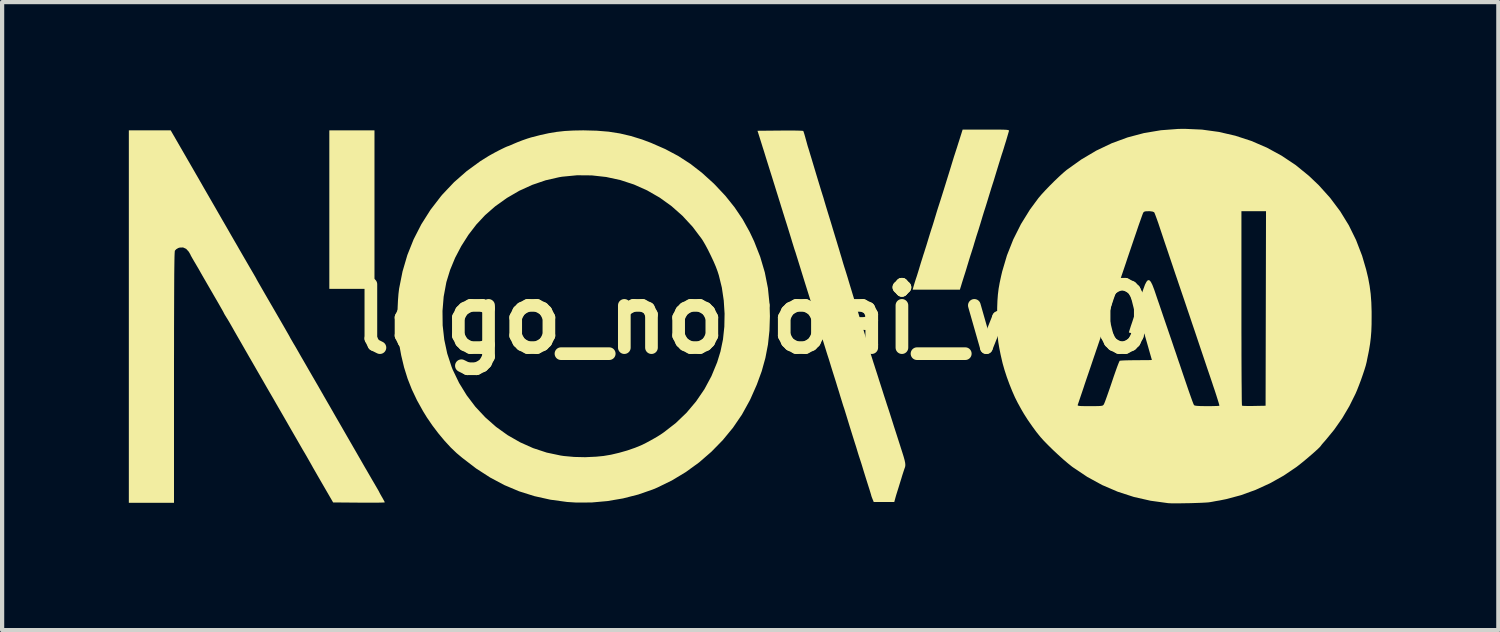
<source format=kicad_pcb>
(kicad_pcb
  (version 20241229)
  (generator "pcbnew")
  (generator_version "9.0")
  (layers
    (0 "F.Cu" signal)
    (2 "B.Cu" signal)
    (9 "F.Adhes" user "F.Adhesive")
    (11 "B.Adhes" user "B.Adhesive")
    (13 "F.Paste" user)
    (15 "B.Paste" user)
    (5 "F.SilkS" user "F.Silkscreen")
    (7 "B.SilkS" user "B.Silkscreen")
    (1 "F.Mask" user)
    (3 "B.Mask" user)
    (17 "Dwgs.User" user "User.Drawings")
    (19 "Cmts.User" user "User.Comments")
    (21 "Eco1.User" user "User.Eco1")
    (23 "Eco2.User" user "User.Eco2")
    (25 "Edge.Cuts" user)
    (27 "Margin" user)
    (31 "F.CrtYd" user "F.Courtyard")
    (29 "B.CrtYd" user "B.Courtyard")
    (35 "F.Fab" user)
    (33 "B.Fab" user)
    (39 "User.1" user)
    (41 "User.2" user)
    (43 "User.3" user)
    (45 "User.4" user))
  (footprint "logo_novoai_w40"
    (layer "F.Cu")
    (at 14.801 4.501)
    (property "Reference" "logo_novoai_w40" (at 0 0 0) (layer "F.SilkS") (effects (font (size 1.5 1.5) (thickness 0.3))))
    (attr board_only exclude_from_pos_files exclude_from_bom allow_missing_courtyard dnp)
    (fp_poly (pts (xy -8.986 -2.589) (xy -8.986 -0.713) (xy -9.52 -0.713) (xy -10.055 -0.713) (xy -10.055 -2.589) (xy -10.055 -4.465) (xy -9.52 -4.465) (xy -8.986 -4.465)) (stroke (width 0) (type solid)) (fill yes) (layer "F.SilkS"))
    (fp_poly (pts (xy 5.649 -4.483) (xy 5.774 -4.483) (xy 5.869 -4.482) (xy 5.938 -4.48) (xy 5.986 -4.477) (xy 6.015 -4.472) (xy 6.03 -4.466) (xy 6.035 -4.458) (xy 6.034 -4.451) (xy 6.016 -4.39) (xy 5.992 -4.308) (xy 5.965 -4.216) (xy 5.936 -4.124) (xy 5.911 -4.041) (xy 5.891 -3.977) (xy 5.882 -3.949) (xy 5.865 -3.899) (xy 5.842 -3.825) (xy 5.815 -3.738) (xy 5.796 -3.677) (xy 5.747 -3.517) (xy 5.705 -3.379) (xy 5.671 -3.267) (xy 5.644 -3.184) (xy 5.628 -3.134) (xy 5.628 -3.133) (xy 5.616 -3.097) (xy 5.597 -3.034) (xy 5.572 -2.953) (xy 5.544 -2.862) (xy 5.544 -2.861) (xy 5.516 -2.77) (xy 5.491 -2.689) (xy 5.471 -2.625) (xy 5.459 -2.589) (xy 5.459 -2.589) (xy 5.447 -2.552) (xy 5.427 -2.488) (xy 5.403 -2.409) (xy 5.384 -2.345) (xy 5.357 -2.255) (xy 5.331 -2.171) (xy 5.31 -2.103) (xy 5.3 -2.073) (xy 5.284 -2.023) (xy 5.26 -1.949) (xy 5.234 -1.862) (xy 5.215 -1.801) (xy 5.19 -1.715) (xy 5.166 -1.639) (xy 5.148 -1.582) (xy 5.14 -1.557) (xy 5.128 -1.521) (xy 5.108 -1.458) (xy 5.083 -1.377) (xy 5.056 -1.287) (xy 5.055 -1.285) (xy 5.028 -1.194) (xy 5.003 -1.113) (xy 4.983 -1.05) (xy 4.971 -1.013) (xy 4.971 -1.013) (xy 4.958 -0.972) (xy 4.938 -0.908) (xy 4.915 -0.835) (xy 4.914 -0.83) (xy 4.872 -0.694) (xy 4.313 -0.694) (xy 3.754 -0.694) (xy 3.782 -0.793) (xy 3.804 -0.866) (xy 3.827 -0.939) (xy 3.836 -0.966) (xy 3.853 -1.016) (xy 3.876 -1.09) (xy 3.903 -1.177) (xy 3.921 -1.238) (xy 3.951 -1.337) (xy 3.983 -1.438) (xy 4.011 -1.528) (xy 4.024 -1.566) (xy 4.048 -1.643) (xy 4.079 -1.74) (xy 4.11 -1.842) (xy 4.126 -1.895) (xy 4.152 -1.98) (xy 4.176 -2.057) (xy 4.194 -2.114) (xy 4.202 -2.139) (xy 4.214 -2.174) (xy 4.234 -2.237) (xy 4.259 -2.318) (xy 4.286 -2.409) (xy 4.287 -2.411) (xy 4.314 -2.501) (xy 4.339 -2.583) (xy 4.359 -2.646) (xy 4.371 -2.682) (xy 4.371 -2.683) (xy 4.386 -2.729) (xy 4.411 -2.806) (xy 4.443 -2.908) (xy 4.481 -3.028) (xy 4.523 -3.163) (xy 4.567 -3.305) (xy 4.612 -3.449) (xy 4.655 -3.589) (xy 4.693 -3.714) (xy 4.715 -3.785) (xy 4.734 -3.847) (xy 4.746 -3.883) (xy 4.757 -3.917) (xy 4.777 -3.979) (xy 4.804 -4.062) (xy 4.834 -4.158) (xy 4.85 -4.207) (xy 4.937 -4.483) (xy 5.49 -4.483)) (stroke (width 0) (type solid)) (fill yes) (layer "F.SilkS"))
    (fp_poly (pts (xy -3.726 -4.457) (xy -3.443 -4.434) (xy -3.176 -4.392) (xy -2.916 -4.331) (xy -2.651 -4.249) (xy -2.439 -4.169) (xy -2.103 -4.022) (xy -1.796 -3.859) (xy -1.51 -3.674) (xy -1.237 -3.463) (xy -0.97 -3.221) (xy -0.929 -3.181) (xy -0.679 -2.915) (xy -0.462 -2.644) (xy -0.271 -2.361) (xy -0.103 -2.058) (xy 0.001 -1.838) (xy 0.145 -1.472) (xy 0.254 -1.103) (xy 0.328 -0.729) (xy 0.367 -0.343) (xy 0.375 -0.066) (xy 0.364 0.277) (xy 0.329 0.604) (xy 0.268 0.922) (xy 0.181 1.236) (xy 0.064 1.556) (xy -0.082 1.886) (xy -0.107 1.937) (xy -0.287 2.263) (xy -0.5 2.575) (xy -0.742 2.869) (xy -1.011 3.144) (xy -1.303 3.397) (xy -1.616 3.624) (xy -1.946 3.823) (xy -2.29 3.991) (xy -2.397 4.036) (xy -2.742 4.156) (xy -3.103 4.248) (xy -3.473 4.311) (xy -3.844 4.344) (xy -4.208 4.346) (xy -4.427 4.332) (xy -4.822 4.278) (xy -5.199 4.194) (xy -5.561 4.08) (xy -5.91 3.933) (xy -6.248 3.753) (xy -6.58 3.539) (xy -6.907 3.288) (xy -7.042 3.175) (xy -7.179 3.044) (xy -7.324 2.887) (xy -7.471 2.711) (xy -7.613 2.524) (xy -7.744 2.333) (xy -7.835 2.185) (xy -7.98 1.924) (xy -8.101 1.669) (xy -8.202 1.413) (xy -8.285 1.147) (xy -8.353 0.863) (xy -8.41 0.551) (xy -8.413 0.527) (xy -8.427 0.407) (xy -8.436 0.258) (xy -8.441 0.09) (xy -8.442 -0.088) (xy -8.44 -0.189) (xy -7.376 -0.189) (xy -7.372 0.152) (xy -7.334 0.49) (xy -7.264 0.818) (xy -7.161 1.132) (xy -7.134 1.201) (xy -6.983 1.514) (xy -6.803 1.807) (xy -6.596 2.08) (xy -6.363 2.329) (xy -6.108 2.554) (xy -5.833 2.751) (xy -5.539 2.919) (xy -5.231 3.057) (xy -4.909 3.163) (xy -4.577 3.233) (xy -4.502 3.244) (xy -4.26 3.266) (xy -4 3.272) (xy -3.738 3.26) (xy -3.564 3.243) (xy -3.386 3.213) (xy -3.195 3.168) (xy -3.002 3.113) (xy -2.817 3.049) (xy -2.652 2.981) (xy -2.551 2.93) (xy -2.44 2.87) (xy -2.355 2.822) (xy -2.288 2.783) (xy -2.232 2.748) (xy -2.179 2.713) (xy -2.139 2.685) (xy -1.856 2.466) (xy -1.6 2.221) (xy -1.373 1.952) (xy -1.175 1.662) (xy -1.009 1.353) (xy -0.874 1.026) (xy -0.795 0.769) (xy -0.736 0.485) (xy -0.704 0.184) (xy -0.698 -0.127) (xy -0.718 -0.439) (xy -0.763 -0.744) (xy -0.834 -1.033) (xy -0.865 -1.13) (xy -0.905 -1.237) (xy -0.959 -1.363) (xy -1.022 -1.497) (xy -1.088 -1.631) (xy -1.153 -1.753) (xy -1.212 -1.854) (xy -1.237 -1.893) (xy -1.454 -2.181) (xy -1.694 -2.441) (xy -1.956 -2.673) (xy -2.236 -2.874) (xy -2.532 -3.044) (xy -2.843 -3.183) (xy -3.167 -3.289) (xy -3.5 -3.361) (xy -3.842 -3.399) (xy -4.19 -3.402) (xy -4.542 -3.368) (xy -4.615 -3.356) (xy -4.934 -3.283) (xy -5.25 -3.175) (xy -5.558 -3.035) (xy -5.852 -2.864) (xy -6.129 -2.666) (xy -6.366 -2.459) (xy -6.571 -2.24) (xy -6.761 -1.993) (xy -6.931 -1.726) (xy -7.078 -1.446) (xy -7.196 -1.16) (xy -7.283 -0.876) (xy -7.286 -0.863) (xy -7.348 -0.529) (xy -7.376 -0.189) (xy -8.44 -0.189) (xy -8.438 -0.268) (xy -8.43 -0.439) (xy -8.418 -0.594) (xy -8.403 -0.719) (xy -8.322 -1.124) (xy -8.208 -1.513) (xy -8.059 -1.886) (xy -7.876 -2.243) (xy -7.66 -2.584) (xy -7.409 -2.91) (xy -7.371 -2.954) (xy -7.101 -3.239) (xy -6.803 -3.5) (xy -6.481 -3.735) (xy -6.284 -3.858) (xy -6.213 -3.898) (xy -6.131 -3.943) (xy -6.047 -3.987) (xy -5.967 -4.027) (xy -5.899 -4.06) (xy -5.849 -4.082) (xy -5.827 -4.09) (xy -5.806 -4.097) (xy -5.76 -4.116) (xy -5.7 -4.142) (xy -5.699 -4.143) (xy -5.597 -4.186) (xy -5.483 -4.23) (xy -5.371 -4.269) (xy -5.281 -4.297) (xy -5.059 -4.354) (xy -4.859 -4.398) (xy -4.671 -4.429) (xy -4.482 -4.45) (xy -4.28 -4.461) (xy -4.054 -4.465) (xy -4.033 -4.465)) (stroke (width 0) (type solid)) (fill yes) (layer "F.SilkS"))
    (fp_poly (pts (xy -13.482 -3.897) (xy -13.404 -3.762) (xy -13.33 -3.634) (xy -13.263 -3.518) (xy -13.206 -3.419) (xy -13.16 -3.34) (xy -13.129 -3.286) (xy -13.117 -3.264) (xy -13.098 -3.232) (xy -13.064 -3.172) (xy -13.016 -3.088) (xy -12.957 -2.986) (xy -12.889 -2.868) (xy -12.815 -2.74) (xy -12.771 -2.664) (xy -12.681 -2.507) (xy -12.582 -2.335) (xy -12.48 -2.159) (xy -12.381 -1.986) (xy -12.289 -1.827) (xy -12.21 -1.691) (xy -12.209 -1.688) (xy -12.136 -1.562) (xy -12.065 -1.439) (xy -11.998 -1.324) (xy -11.94 -1.224) (xy -11.894 -1.145) (xy -11.868 -1.101) (xy -11.83 -1.035) (xy -11.8 -0.983) (xy -11.783 -0.953) (xy -11.781 -0.947) (xy -11.772 -0.93) (xy -11.746 -0.884) (xy -11.705 -0.813) (xy -11.651 -0.719) (xy -11.586 -0.606) (xy -11.512 -0.478) (xy -11.43 -0.337) (xy -11.387 -0.263) (xy -11.303 -0.118) (xy -11.225 0.017) (xy -11.155 0.138) (xy -11.095 0.242) (xy -11.047 0.326) (xy -11.013 0.385) (xy -10.995 0.417) (xy -10.993 0.422) (xy -10.984 0.44) (xy -10.96 0.482) (xy -10.925 0.542) (xy -10.906 0.575) (xy -10.86 0.652) (xy -10.816 0.728) (xy -10.782 0.788) (xy -10.774 0.801) (xy -10.753 0.839) (xy -10.715 0.905) (xy -10.665 0.991) (xy -10.606 1.093) (xy -10.542 1.205) (xy -10.499 1.279) (xy -10.432 1.395) (xy -10.368 1.505) (xy -10.311 1.603) (xy -10.265 1.684) (xy -10.232 1.742) (xy -10.219 1.763) (xy -10.194 1.808) (xy -10.154 1.877) (xy -10.104 1.964) (xy -10.047 2.062) (xy -10.003 2.139) (xy -9.908 2.305) (xy -9.798 2.495) (xy -9.679 2.702) (xy -9.555 2.917) (xy -9.431 3.132) (xy -9.312 3.339) (xy -9.22 3.499) (xy -9.157 3.607) (xy -9.094 3.716) (xy -9.035 3.818) (xy -8.986 3.901) (xy -8.96 3.946) (xy -8.922 4.011) (xy -8.892 4.063) (xy -8.875 4.094) (xy -8.873 4.099) (xy -8.864 4.118) (xy -8.841 4.16) (xy -8.809 4.216) (xy -8.807 4.218) (xy -8.775 4.276) (xy -8.751 4.32) (xy -8.742 4.341) (xy -8.742 4.341) (xy -8.76 4.344) (xy -8.811 4.346) (xy -8.891 4.348) (xy -8.995 4.348) (xy -9.119 4.349) (xy -9.259 4.348) (xy -9.353 4.348) (xy -9.965 4.343) (xy -10.199 3.939) (xy -10.267 3.822) (xy -10.332 3.709) (xy -10.391 3.606) (xy -10.44 3.521) (xy -10.475 3.458) (xy -10.489 3.433) (xy -10.525 3.37) (xy -10.571 3.289) (xy -10.621 3.202) (xy -10.645 3.161) (xy -10.681 3.101) (xy -10.731 3.014) (xy -10.793 2.906) (xy -10.864 2.783) (xy -10.94 2.652) (xy -11.017 2.518) (xy -11.03 2.495) (xy -11.107 2.361) (xy -11.183 2.229) (xy -11.255 2.105) (xy -11.319 1.994) (xy -11.371 1.903) (xy -11.409 1.837) (xy -11.414 1.829) (xy -11.47 1.733) (xy -11.536 1.619) (xy -11.611 1.488) (xy -11.693 1.346) (xy -11.779 1.197) (xy -11.867 1.044) (xy -11.955 0.892) (xy -12.04 0.744) (xy -12.12 0.604) (xy -12.193 0.477) (xy -12.257 0.366) (xy -12.309 0.275) (xy -12.346 0.209) (xy -12.368 0.171) (xy -12.369 0.169) (xy -12.413 0.092) (xy -12.462 0.009) (xy -12.488 -0.032) (xy -12.52 -0.084) (xy -12.543 -0.123) (xy -12.55 -0.138) (xy -12.559 -0.156) (xy -12.584 -0.202) (xy -12.624 -0.272) (xy -12.675 -0.362) (xy -12.736 -0.467) (xy -12.804 -0.584) (xy -12.814 -0.602) (xy -12.885 -0.724) (xy -12.952 -0.84) (xy -13.012 -0.944) (xy -13.062 -1.03) (xy -13.099 -1.095) (xy -13.12 -1.133) (xy -13.12 -1.133) (xy -13.15 -1.186) (xy -13.192 -1.257) (xy -13.237 -1.334) (xy -13.251 -1.357) (xy -13.289 -1.422) (xy -13.319 -1.475) (xy -13.336 -1.506) (xy -13.338 -1.512) (xy -13.347 -1.531) (xy -13.37 -1.571) (xy -13.384 -1.594) (xy -13.444 -1.66) (xy -13.517 -1.693) (xy -13.597 -1.69) (xy -13.63 -1.68) (xy -13.678 -1.652) (xy -13.71 -1.618) (xy -13.711 -1.616) (xy -13.714 -1.597) (xy -13.717 -1.55) (xy -13.72 -1.474) (xy -13.722 -1.369) (xy -13.724 -1.235) (xy -13.726 -1.069) (xy -13.727 -0.872) (xy -13.728 -0.643) (xy -13.729 -0.38) (xy -13.73 -0.084) (xy -13.731 0.247) (xy -13.731 0.613) (xy -13.732 1.015) (xy -13.732 1.387) (xy -13.732 4.352) (xy -14.266 4.352) (xy -14.801 4.352) (xy -14.801 -0.056) (xy -14.801 -4.465) (xy -14.306 -4.465) (xy -13.81 -4.465)) (stroke (width 0) (type solid)) (fill yes) (layer "F.SilkS"))
    (fp_poly (pts (xy 0.88 -4.461) (xy 0.988 -4.46) (xy 1.075 -4.458) (xy 1.134 -4.455) (xy 1.162 -4.452) (xy 1.164 -4.451) (xy 1.174 -4.427) (xy 1.19 -4.377) (xy 1.21 -4.308) (xy 1.218 -4.277) (xy 1.24 -4.199) (xy 1.259 -4.129) (xy 1.273 -4.08) (xy 1.276 -4.071) (xy 1.287 -4.037) (xy 1.306 -3.975) (xy 1.331 -3.891) (xy 1.361 -3.794) (xy 1.379 -3.733) (xy 1.439 -3.533) (xy 1.491 -3.36) (xy 1.535 -3.215) (xy 1.57 -3.1) (xy 1.595 -3.018) (xy 1.611 -2.969) (xy 1.612 -2.964) (xy 1.625 -2.923) (xy 1.645 -2.86) (xy 1.666 -2.786) (xy 1.669 -2.776) (xy 1.697 -2.682) (xy 1.729 -2.577) (xy 1.754 -2.495) (xy 1.779 -2.414) (xy 1.81 -2.313) (xy 1.842 -2.208) (xy 1.857 -2.157) (xy 1.889 -2.052) (xy 1.926 -1.93) (xy 1.963 -1.809) (xy 1.982 -1.745) (xy 2.013 -1.644) (xy 2.043 -1.541) (xy 2.071 -1.45) (xy 2.086 -1.398) (xy 2.109 -1.319) (xy 2.132 -1.244) (xy 2.149 -1.191) (xy 2.165 -1.141) (xy 2.188 -1.067) (xy 2.215 -0.98) (xy 2.233 -0.919) (xy 2.265 -0.812) (xy 2.303 -0.688) (xy 2.339 -0.568) (xy 2.355 -0.516) (xy 2.388 -0.405) (xy 2.426 -0.281) (xy 2.461 -0.163) (xy 2.476 -0.113) (xy 2.506 -0.013) (xy 2.538 0.092) (xy 2.567 0.186) (xy 2.579 0.225) (xy 2.601 0.294) (xy 2.629 0.388) (xy 2.663 0.497) (xy 2.697 0.611) (xy 2.711 0.657) (xy 2.741 0.759) (xy 2.769 0.851) (xy 2.793 0.927) (xy 2.809 0.978) (xy 2.814 0.994) (xy 2.824 1.026) (xy 2.844 1.087) (xy 2.871 1.172) (xy 2.904 1.274) (xy 2.941 1.389) (xy 2.955 1.435) (xy 2.997 1.565) (xy 3.039 1.696) (xy 3.078 1.819) (xy 3.113 1.926) (xy 3.139 2.007) (xy 3.142 2.017) (xy 3.169 2.098) (xy 3.204 2.205) (xy 3.243 2.327) (xy 3.283 2.453) (xy 3.311 2.542) (xy 3.353 2.672) (xy 3.398 2.812) (xy 3.442 2.949) (xy 3.481 3.071) (xy 3.501 3.133) (xy 3.538 3.251) (xy 3.563 3.34) (xy 3.577 3.407) (xy 3.581 3.458) (xy 3.576 3.499) (xy 3.565 3.531) (xy 3.553 3.565) (xy 3.533 3.626) (xy 3.507 3.706) (xy 3.48 3.797) (xy 3.479 3.799) (xy 3.45 3.893) (xy 3.423 3.981) (xy 3.4 4.054) (xy 3.386 4.099) (xy 3.364 4.169) (xy 3.343 4.243) (xy 3.34 4.254) (xy 3.319 4.333) (xy 3.076 4.333) (xy 2.833 4.333) (xy 2.805 4.265) (xy 2.787 4.219) (xy 2.777 4.19) (xy 2.776 4.187) (xy 2.771 4.165) (xy 2.756 4.116) (xy 2.735 4.047) (xy 2.713 3.978) (xy 2.678 3.868) (xy 2.639 3.744) (xy 2.602 3.625) (xy 2.589 3.583) (xy 2.562 3.493) (xy 2.536 3.409) (xy 2.514 3.342) (xy 2.504 3.311) (xy 2.485 3.254) (xy 2.461 3.178) (xy 2.439 3.105) (xy 2.416 3.028) (xy 2.385 2.932) (xy 2.353 2.83) (xy 2.336 2.776) (xy 2.302 2.667) (xy 2.263 2.542) (xy 2.227 2.424) (xy 2.214 2.382) (xy 2.187 2.293) (xy 2.161 2.209) (xy 2.14 2.141) (xy 2.13 2.11) (xy 2.113 2.061) (xy 2.09 1.987) (xy 2.063 1.899) (xy 2.044 1.838) (xy 2.011 1.728) (xy 1.972 1.604) (xy 1.936 1.485) (xy 1.923 1.444) (xy 1.892 1.346) (xy 1.86 1.245) (xy 1.832 1.155) (xy 1.82 1.116) (xy 1.797 1.04) (xy 1.767 0.943) (xy 1.734 0.842) (xy 1.717 0.788) (xy 1.685 0.685) (xy 1.647 0.563) (xy 1.609 0.441) (xy 1.586 0.366) (xy 1.558 0.275) (xy 1.533 0.194) (xy 1.513 0.13) (xy 1.501 0.094) (xy 1.501 0.094) (xy 1.487 0.052) (xy 1.467 -0.012) (xy 1.448 -0.075) (xy 1.429 -0.138) (xy 1.401 -0.226) (xy 1.369 -0.33) (xy 1.336 -0.437) (xy 1.326 -0.469) (xy 1.275 -0.632) (xy 1.223 -0.797) (xy 1.173 -0.957) (xy 1.127 -1.106) (xy 1.086 -1.239) (xy 1.052 -1.348) (xy 1.028 -1.426) (xy 1.004 -1.502) (xy 0.981 -1.577) (xy 0.965 -1.623) (xy 0.949 -1.672) (xy 0.926 -1.747) (xy 0.899 -1.834) (xy 0.881 -1.895) (xy 0.848 -2.002) (xy 0.81 -2.125) (xy 0.773 -2.245) (xy 0.756 -2.298) (xy 0.728 -2.386) (xy 0.703 -2.467) (xy 0.683 -2.529) (xy 0.674 -2.561) (xy 0.661 -2.601) (xy 0.64 -2.668) (xy 0.615 -2.75) (xy 0.592 -2.823) (xy 0.561 -2.923) (xy 0.529 -3.025) (xy 0.501 -3.115) (xy 0.487 -3.161) (xy 0.463 -3.237) (xy 0.433 -3.334) (xy 0.401 -3.436) (xy 0.384 -3.489) (xy 0.355 -3.582) (xy 0.319 -3.697) (xy 0.28 -3.821) (xy 0.243 -3.942) (xy 0.235 -3.968) (xy 0.201 -4.074) (xy 0.169 -4.177) (xy 0.141 -4.266) (xy 0.12 -4.333) (xy 0.114 -4.352) (xy 0.081 -4.455) (xy 0.616 -4.46) (xy 0.754 -4.461)) (stroke (width 0) (type solid)) (fill yes) (layer "F.SilkS"))
    (fp_poly (pts (xy 10.603 -4.483) (xy 11.003 -4.428) (xy 11.393 -4.338) (xy 11.773 -4.214) (xy 12.139 -4.056) (xy 12.489 -3.865) (xy 12.823 -3.642) (xy 13.136 -3.387) (xy 13.367 -3.167) (xy 13.638 -2.866) (xy 13.875 -2.55) (xy 14.079 -2.218) (xy 14.251 -1.868) (xy 14.394 -1.496) (xy 14.489 -1.172) (xy 14.537 -0.972) (xy 14.572 -0.783) (xy 14.597 -0.593) (xy 14.612 -0.393) (xy 14.619 -0.171) (xy 14.619 -0.066) (xy 14.618 0.127) (xy 14.612 0.292) (xy 14.6 0.441) (xy 14.583 0.583) (xy 14.559 0.729) (xy 14.544 0.807) (xy 14.527 0.888) (xy 14.511 0.967) (xy 14.5 1.025) (xy 14.499 1.026) (xy 14.481 1.1) (xy 14.45 1.201) (xy 14.411 1.318) (xy 14.367 1.444) (xy 14.319 1.571) (xy 14.273 1.688) (xy 14.238 1.769) (xy 14.092 2.063) (xy 13.922 2.351) (xy 13.733 2.621) (xy 13.538 2.859) (xy 13.487 2.917) (xy 13.445 2.965) (xy 13.421 2.997) (xy 13.416 3.004) (xy 13.398 3.026) (xy 13.356 3.068) (xy 13.295 3.124) (xy 13.22 3.191) (xy 13.137 3.262) (xy 13.051 3.335) (xy 12.967 3.404) (xy 12.89 3.465) (xy 12.841 3.503) (xy 12.536 3.709) (xy 12.211 3.891) (xy 11.872 4.046) (xy 11.527 4.171) (xy 11.18 4.264) (xy 11.021 4.296) (xy 10.937 4.31) (xy 10.853 4.326) (xy 10.796 4.336) (xy 10.75 4.342) (xy 10.675 4.347) (xy 10.575 4.352) (xy 10.459 4.356) (xy 10.334 4.36) (xy 10.207 4.362) (xy 10.085 4.364) (xy 9.974 4.365) (xy 9.882 4.364) (xy 9.816 4.361) (xy 9.802 4.36) (xy 9.387 4.303) (xy 8.99 4.213) (xy 8.608 4.089) (xy 8.242 3.932) (xy 7.89 3.74) (xy 7.551 3.513) (xy 7.522 3.492) (xy 7.43 3.418) (xy 7.319 3.324) (xy 7.2 3.216) (xy 7.078 3.102) (xy 6.963 2.989) (xy 6.861 2.885) (xy 6.781 2.796) (xy 6.78 2.795) (xy 6.683 2.675) (xy 6.58 2.534) (xy 6.478 2.387) (xy 6.387 2.244) (xy 6.328 2.143) (xy 6.291 2.076) (xy 6.269 2.035) (xy 7.661 2.035) (xy 7.661 2.046) (xy 7.674 2.053) (xy 7.705 2.059) (xy 7.759 2.062) (xy 7.84 2.063) (xy 7.951 2.064) (xy 8.064 2.063) (xy 8.145 2.062) (xy 8.201 2.059) (xy 8.237 2.054) (xy 8.258 2.046) (xy 8.272 2.033) (xy 8.28 2.021) (xy 8.293 1.993) (xy 8.316 1.934) (xy 8.347 1.849) (xy 8.384 1.744) (xy 8.426 1.624) (xy 8.47 1.494) (xy 8.471 1.491) (xy 8.514 1.363) (xy 8.555 1.246) (xy 8.591 1.145) (xy 8.621 1.066) (xy 8.643 1.013) (xy 8.655 0.99) (xy 8.655 0.99) (xy 8.68 0.986) (xy 8.736 0.982) (xy 8.817 0.979) (xy 8.917 0.977) (xy 9.031 0.976) (xy 9.047 0.976) (xy 9.16 0.975) (xy 9.259 0.975) (xy 9.339 0.974) (xy 9.393 0.972) (xy 9.416 0.971) (xy 9.417 0.971) (xy 9.412 0.952) (xy 9.398 0.903) (xy 9.377 0.83) (xy 9.351 0.739) (xy 9.328 0.657) (xy 9.239 0.347) (xy 9.056 0.342) (xy 8.978 0.338) (xy 8.917 0.331) (xy 8.88 0.323) (xy 8.873 0.318) (xy 8.879 0.296) (xy 8.895 0.244) (xy 8.92 0.166) (xy 8.953 0.069) (xy 8.99 -0.044) (xy 9.015 -0.117) (xy 9.06 -0.248) (xy 9.104 -0.379) (xy 9.146 -0.501) (xy 9.182 -0.608) (xy 9.209 -0.689) (xy 9.217 -0.711) (xy 9.255 -0.815) (xy 9.291 -0.884) (xy 9.324 -0.919) (xy 9.357 -0.917) (xy 9.392 -0.88) (xy 9.429 -0.807) (xy 9.471 -0.698) (xy 9.486 -0.655) (xy 9.511 -0.581) (xy 9.546 -0.477) (xy 9.59 -0.35) (xy 9.639 -0.206) (xy 9.691 -0.052) (xy 9.746 0.108) (xy 9.783 0.216) (xy 9.837 0.374) (xy 9.891 0.531) (xy 9.941 0.68) (xy 9.988 0.816) (xy 10.027 0.933) (xy 10.058 1.024) (xy 10.074 1.069) (xy 10.154 1.307) (xy 10.224 1.512) (xy 10.283 1.685) (xy 10.332 1.824) (xy 10.37 1.93) (xy 10.397 2.001) (xy 10.413 2.036) (xy 10.415 2.04) (xy 10.437 2.05) (xy 10.484 2.057) (xy 10.56 2.061) (xy 10.669 2.063) (xy 10.72 2.064) (xy 10.82 2.063) (xy 10.905 2.061) (xy 10.971 2.059) (xy 11.008 2.056) (xy 11.015 2.054) (xy 11.012 2.034) (xy 10.998 1.984) (xy 10.974 1.907) (xy 10.943 1.808) (xy 10.905 1.691) (xy 10.861 1.562) (xy 10.849 1.524) (xy 10.793 1.358) (xy 10.73 1.174) (xy 10.666 0.983) (xy 10.603 0.796) (xy 10.546 0.627) (xy 10.515 0.535) (xy 10.477 0.421) (xy 10.429 0.278) (xy 10.372 0.111) (xy 10.31 -0.074) (xy 10.248 -0.256) (xy 11.537 -0.256) (xy 11.537 0.034) (xy 11.537 0.314) (xy 11.538 0.581) (xy 11.538 0.833) (xy 11.539 1.068) (xy 11.54 1.284) (xy 11.541 1.477) (xy 11.543 1.647) (xy 11.544 1.79) (xy 11.545 1.904) (xy 11.547 1.987) (xy 11.549 2.037) (xy 11.55 2.051) (xy 11.572 2.056) (xy 11.625 2.059) (xy 11.702 2.06) (xy 11.795 2.06) (xy 11.836 2.059) (xy 12.109 2.054) (xy 12.114 -0.249) (xy 12.119 -2.551) (xy 11.828 -2.551) (xy 11.537 -2.551) (xy 11.537 -0.256) (xy 10.248 -0.256) (xy 10.243 -0.272) (xy 10.174 -0.476) (xy 10.104 -0.681) (xy 10.036 -0.881) (xy 10.036 -0.882) (xy 9.97 -1.075) (xy 9.905 -1.269) (xy 9.841 -1.458) (xy 9.781 -1.637) (xy 9.725 -1.801) (xy 9.677 -1.945) (xy 9.637 -2.065) (xy 9.607 -2.154) (xy 9.604 -2.164) (xy 9.568 -2.272) (xy 9.534 -2.367) (xy 9.505 -2.446) (xy 9.484 -2.5) (xy 9.471 -2.526) (xy 9.436 -2.542) (xy 9.37 -2.551) (xy 9.34 -2.551) (xy 9.273 -2.549) (xy 9.234 -2.539) (xy 9.214 -2.519) (xy 9.213 -2.518) (xy 9.201 -2.489) (xy 9.178 -2.426) (xy 9.145 -2.333) (xy 9.102 -2.212) (xy 9.052 -2.064) (xy 8.993 -1.892) (xy 8.928 -1.7) (xy 8.873 -1.538) (xy 8.841 -1.444) (xy 8.8 -1.32) (xy 8.75 -1.172) (xy 8.693 -1.005) (xy 8.631 -0.822) (xy 8.566 -0.629) (xy 8.498 -0.43) (xy 8.43 -0.229) (xy 8.362 -0.03) (xy 8.298 0.161) (xy 8.237 0.34) (xy 8.181 0.502) (xy 8.133 0.644) (xy 8.093 0.76) (xy 8.064 0.847) (xy 8.058 0.863) (xy 8.019 0.978) (xy 7.972 1.118) (xy 7.92 1.27) (xy 7.867 1.425) (xy 7.818 1.57) (xy 7.812 1.59) (xy 7.772 1.709) (xy 7.735 1.818) (xy 7.704 1.91) (xy 7.68 1.981) (xy 7.665 2.024) (xy 7.661 2.035) (xy 6.269 2.035) (xy 6.25 2.002) (xy 6.237 1.977) (xy 6.176 1.856) (xy 6.111 1.708) (xy 6.045 1.544) (xy 5.983 1.375) (xy 5.929 1.209) (xy 5.886 1.058) (xy 5.875 1.013) (xy 5.835 0.838) (xy 5.805 0.687) (xy 5.782 0.55) (xy 5.767 0.417) (xy 5.758 0.277) (xy 5.753 0.12) (xy 5.753 -0.063) (xy 5.753 -0.075) (xy 5.755 -0.267) (xy 5.761 -0.431) (xy 5.772 -0.577) (xy 5.789 -0.716) (xy 5.814 -0.857) (xy 5.847 -1.01) (xy 5.873 -1.122) (xy 5.987 -1.507) (xy 6.136 -1.883) (xy 6.318 -2.246) (xy 6.531 -2.59) (xy 6.731 -2.861) (xy 6.802 -2.945) (xy 6.894 -3.045) (xy 6.998 -3.153) (xy 7.108 -3.263) (xy 7.216 -3.366) (xy 7.314 -3.456) (xy 7.396 -3.525) (xy 7.401 -3.529) (xy 7.744 -3.774) (xy 8.098 -3.984) (xy 8.465 -4.159) (xy 8.842 -4.298) (xy 9.231 -4.401) (xy 9.631 -4.468) (xy 10.042 -4.499) (xy 10.196 -4.501)) (stroke (width 0) (type solid)) (fill yes) (layer "F.SilkS")))
  (gr_rect
    (start -3 -3)
    (end 32.42 11.866)
    (stroke (width 0.1) (type default))
    (fill no)
    (layer "Edge.Cuts")))
</source>
